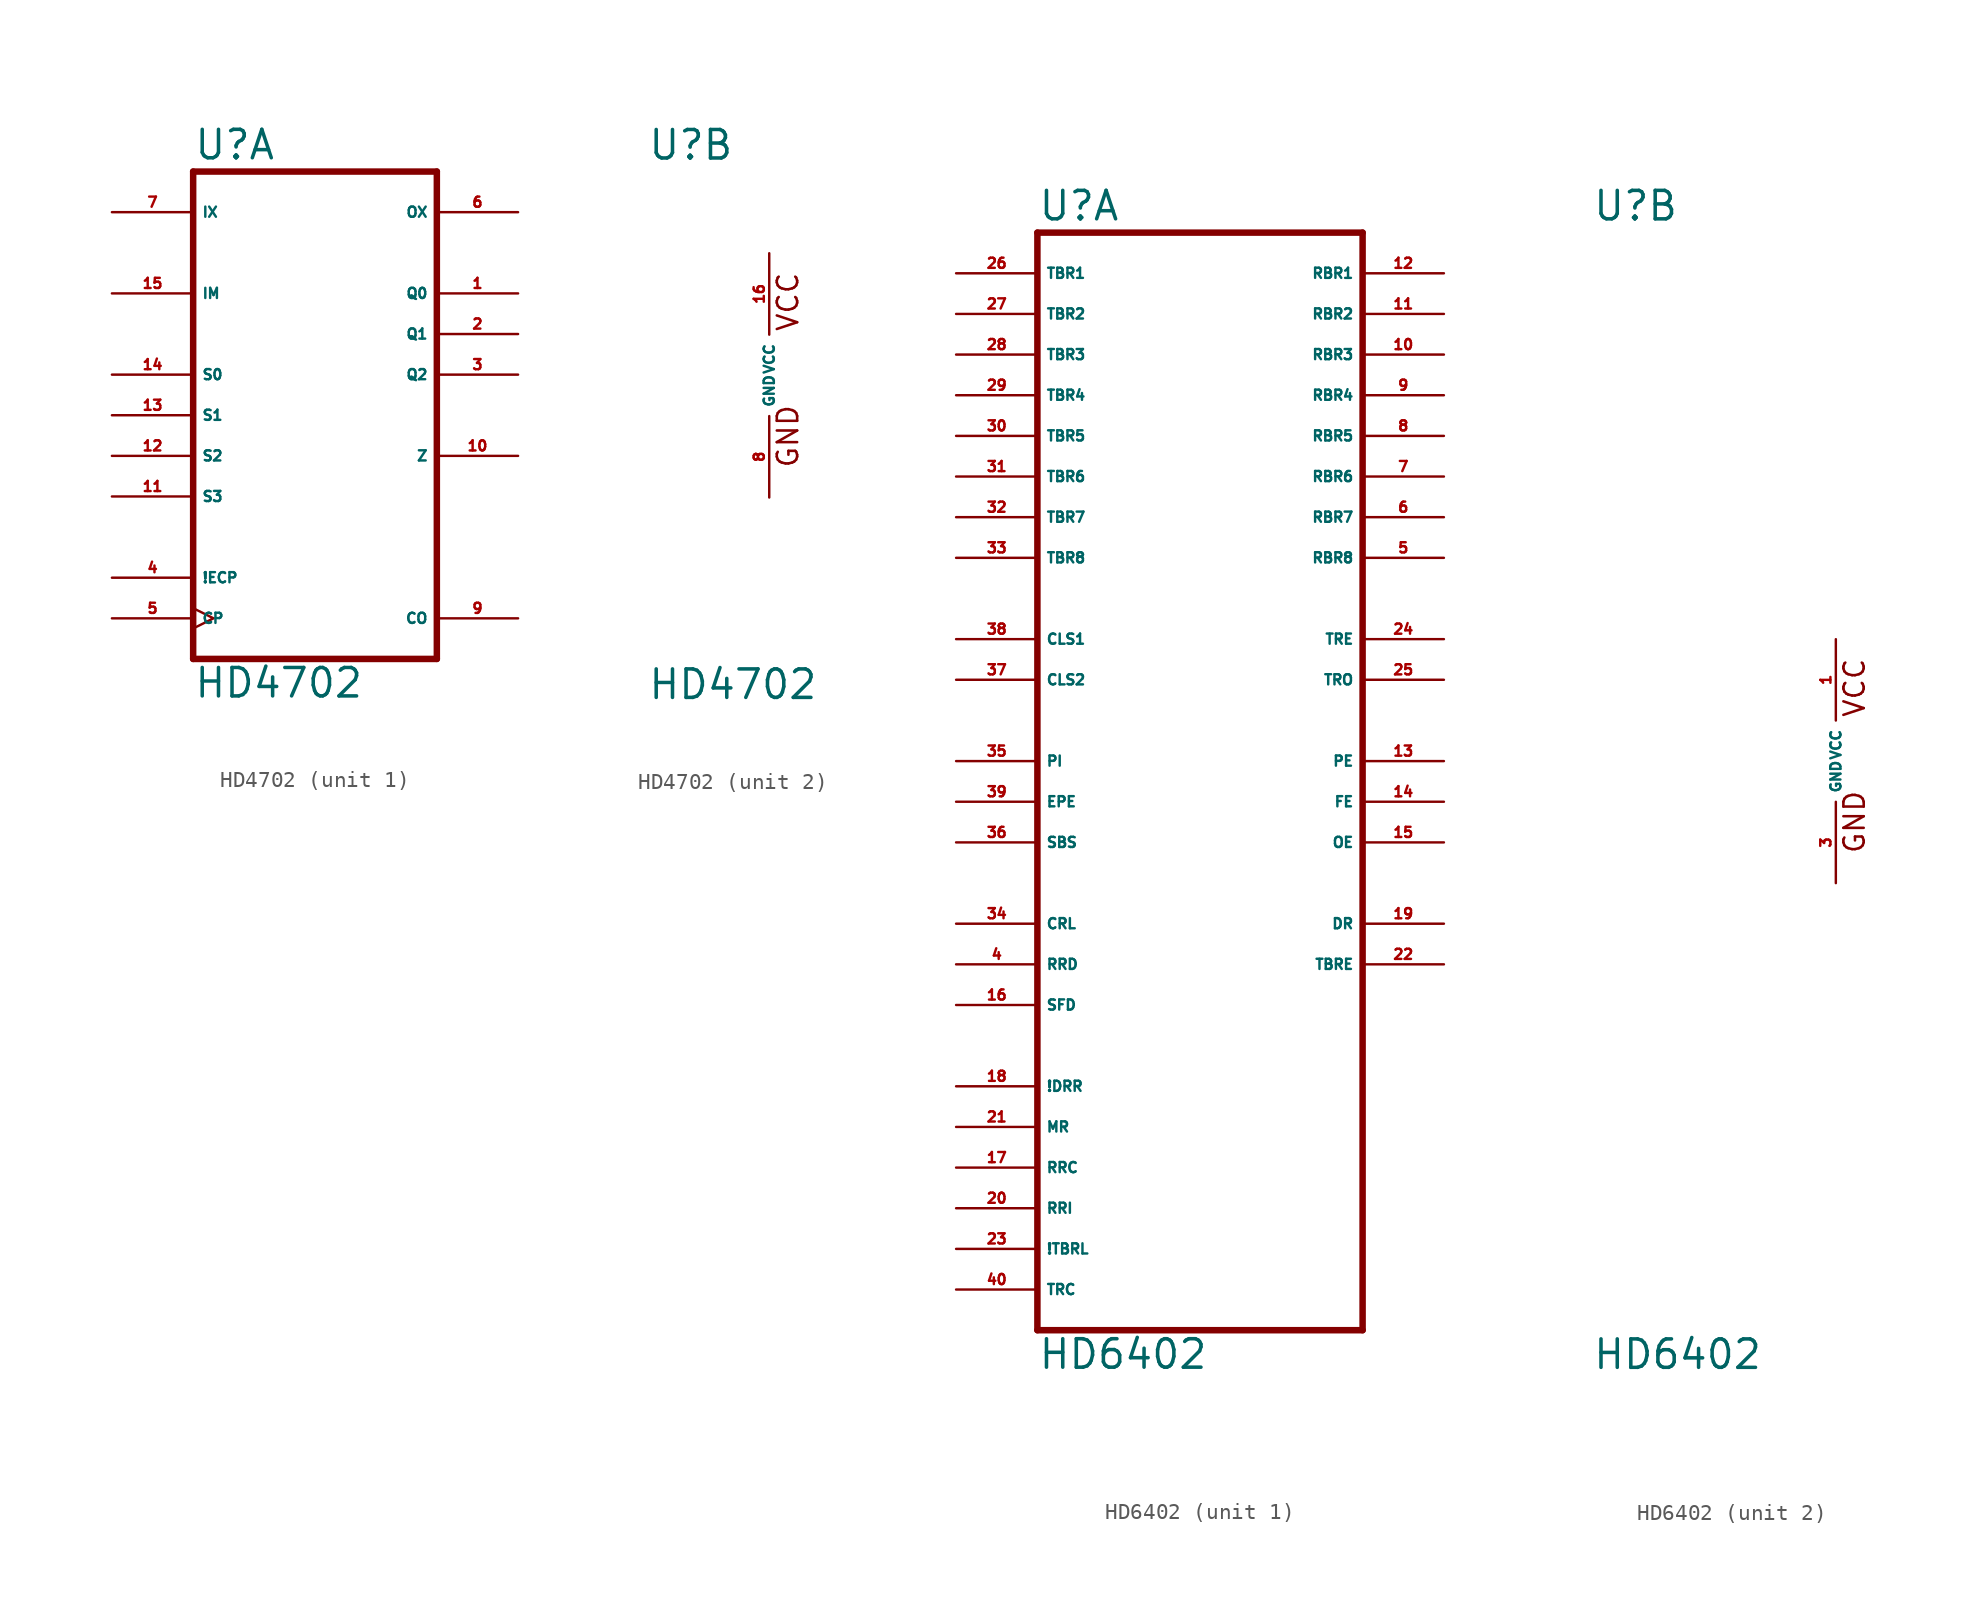
<source format=kicad_sym>
(kicad_symbol_lib
  (version 20220914)
  (generator Eagle2Kicad)
  (symbol "HD4702"
    (property "Reference" "U"
      (at -7.62 13.335 0)
      (effects (font (size 1.778 1.778) (thickness 0.22)) (justify left bottom)))
    (property "Value" "HD4702"
      (at -7.62 -20.32 0)
      (effects (font (size 1.778 1.778) (thickness 0.22)) (justify left bottom)))
    (symbol "HD4702_1_0"
      (polyline (pts (xy -7.62 -17.78) (xy 7.62 -17.78)) (stroke (width 0.406) (type default)) (fill (type none)))
      (polyline (pts (xy 7.62 -17.78) (xy 7.62 12.7)) (stroke (width 0.406) (type default)) (fill (type none)))
      (polyline (pts (xy 7.62 12.7) (xy -7.62 12.7)) (stroke (width 0.406) (type default)) (fill (type none)))
      (polyline (pts (xy -7.62 12.7) (xy -7.62 -17.78)) (stroke (width 0.406) (type default)) (fill (type none)))
      (pin output line (at 12.7 5.08 180) (length 5.08) (name "Q0" (effects (font (size 0.635 0.635) (thickness 0.08)) (justify left bottom))) (number "1" (effects (font (size 0.635 0.635) (thickness 0.08)) (justify left bottom))))
      (pin output line (at 12.7 2.54 180) (length 5.08) (name "Q1" (effects (font (size 0.635 0.635) (thickness 0.08)) (justify left bottom))) (number "2" (effects (font (size 0.635 0.635) (thickness 0.08)) (justify left bottom))))
      (pin output line (at 12.7 0 180) (length 5.08) (name "Q2" (effects (font (size 0.635 0.635) (thickness 0.08)) (justify left bottom))) (number "3" (effects (font (size 0.635 0.635) (thickness 0.08)) (justify left bottom))))
      (pin input line (at -12.7 -12.7 0) (length 5.08) (name "!ECP" (effects (font (size 0.635 0.635) (thickness 0.08)) (justify left bottom))) (number "4" (effects (font (size 0.635 0.635) (thickness 0.08)) (justify left bottom))))
      (pin input clock (at -12.7 -15.24 0) (length 5.08) (name "CP" (effects (font (size 0.635 0.635) (thickness 0.08)) (justify left bottom))) (number "5" (effects (font (size 0.635 0.635) (thickness 0.08)) (justify left bottom))))
      (pin output line (at 12.7 10.16 180) (length 5.08) (name "OX" (effects (font (size 0.635 0.635) (thickness 0.08)) (justify left bottom))) (number "6" (effects (font (size 0.635 0.635) (thickness 0.08)) (justify left bottom))))
      (pin input line (at -12.7 10.16 0) (length 5.08) (name "IX" (effects (font (size 0.635 0.635) (thickness 0.08)) (justify left bottom))) (number "7" (effects (font (size 0.635 0.635) (thickness 0.08)) (justify left bottom))))
      (pin output line (at 12.7 -15.24 180) (length 5.08) (name "CO" (effects (font (size 0.635 0.635) (thickness 0.08)) (justify left bottom))) (number "9" (effects (font (size 0.635 0.635) (thickness 0.08)) (justify left bottom))))
      (pin output line (at 12.7 -5.08 180) (length 5.08) (name "Z" (effects (font (size 0.635 0.635) (thickness 0.08)) (justify left bottom))) (number "10" (effects (font (size 0.635 0.635) (thickness 0.08)) (justify left bottom))))
      (pin input line (at -12.7 -7.62 0) (length 5.08) (name "S3" (effects (font (size 0.635 0.635) (thickness 0.08)) (justify left bottom))) (number "11" (effects (font (size 0.635 0.635) (thickness 0.08)) (justify left bottom))))
      (pin input line (at -12.7 -5.08 0) (length 5.08) (name "S2" (effects (font (size 0.635 0.635) (thickness 0.08)) (justify left bottom))) (number "12" (effects (font (size 0.635 0.635) (thickness 0.08)) (justify left bottom))))
      (pin input line (at -12.7 -2.54 0) (length 5.08) (name "S1" (effects (font (size 0.635 0.635) (thickness 0.08)) (justify left bottom))) (number "13" (effects (font (size 0.635 0.635) (thickness 0.08)) (justify left bottom))))
      (pin input line (at -12.7 0 0) (length 5.08) (name "S0" (effects (font (size 0.635 0.635) (thickness 0.08)) (justify left bottom))) (number "14" (effects (font (size 0.635 0.635) (thickness 0.08)) (justify left bottom))))
      (pin input line (at -12.7 5.08 0) (length 5.08) (name "IM" (effects (font (size 0.635 0.635) (thickness 0.08)) (justify left bottom))) (number "15" (effects (font (size 0.635 0.635) (thickness 0.08)) (justify left bottom)))))
    (symbol "HD4702_2_0"
      (text "GND" (at 1.905 -5.842 900) (effects (font (size 1.27 1.27) (thickness 0.16)) (justify left bottom)))
      (text "VCC" (at 1.905 2.667 900) (effects (font (size 1.27 1.27) (thickness 0.16)) (justify left bottom)))
      (pin unspecified line (at 0 -7.62 90) (length 5.08) (name "GND" (effects (font (size 0.635 0.635) (thickness 0.08)) (justify left bottom))) (number "8" (effects (font (size 0.635 0.635) (thickness 0.08)) (justify left bottom))))
      (pin unspecified line (at 0 7.62 270) (length 5.08) (name "VCC" (effects (font (size 0.635 0.635) (thickness 0.08)) (justify left bottom))) (number "16" (effects (font (size 0.635 0.635) (thickness 0.08)) (justify left bottom))))))
  (symbol "HD6402"
    (property "Reference" "U"
      (at -15.24 33.655 0)
      (effects (font (size 1.778 1.778) (thickness 0.22)) (justify left bottom)))
    (property "Value" "HD6402"
      (at -15.24 -38.1 0)
      (effects (font (size 1.778 1.778) (thickness 0.22)) (justify left bottom)))
    (symbol "HD6402_1_0"
      (polyline (pts (xy -15.24 -35.56) (xy 5.08 -35.56)) (stroke (width 0.406) (type default)) (fill (type none)))
      (polyline (pts (xy 5.08 -35.56) (xy 5.08 33.02)) (stroke (width 0.406) (type default)) (fill (type none)))
      (polyline (pts (xy 5.08 33.02) (xy -15.24 33.02)) (stroke (width 0.406) (type default)) (fill (type none)))
      (polyline (pts (xy -15.24 33.02) (xy -15.24 -35.56)) (stroke (width 0.406) (type default)) (fill (type none)))
      (pin input line (at -20.32 -12.7 0) (length 5.08) (name "RRD" (effects (font (size 0.635 0.635) (thickness 0.08)) (justify left bottom))) (number "4" (effects (font (size 0.635 0.635) (thickness 0.08)) (justify left bottom))))
      (pin tri_state line (at 10.16 12.7 180) (length 5.08) (name "RBR8" (effects (font (size 0.635 0.635) (thickness 0.08)) (justify left bottom))) (number "5" (effects (font (size 0.635 0.635) (thickness 0.08)) (justify left bottom))))
      (pin tri_state line (at 10.16 15.24 180) (length 5.08) (name "RBR7" (effects (font (size 0.635 0.635) (thickness 0.08)) (justify left bottom))) (number "6" (effects (font (size 0.635 0.635) (thickness 0.08)) (justify left bottom))))
      (pin tri_state line (at 10.16 17.78 180) (length 5.08) (name "RBR6" (effects (font (size 0.635 0.635) (thickness 0.08)) (justify left bottom))) (number "7" (effects (font (size 0.635 0.635) (thickness 0.08)) (justify left bottom))))
      (pin tri_state line (at 10.16 20.32 180) (length 5.08) (name "RBR5" (effects (font (size 0.635 0.635) (thickness 0.08)) (justify left bottom))) (number "8" (effects (font (size 0.635 0.635) (thickness 0.08)) (justify left bottom))))
      (pin tri_state line (at 10.16 22.86 180) (length 5.08) (name "RBR4" (effects (font (size 0.635 0.635) (thickness 0.08)) (justify left bottom))) (number "9" (effects (font (size 0.635 0.635) (thickness 0.08)) (justify left bottom))))
      (pin tri_state line (at 10.16 25.4 180) (length 5.08) (name "RBR3" (effects (font (size 0.635 0.635) (thickness 0.08)) (justify left bottom))) (number "10" (effects (font (size 0.635 0.635) (thickness 0.08)) (justify left bottom))))
      (pin tri_state line (at 10.16 27.94 180) (length 5.08) (name "RBR2" (effects (font (size 0.635 0.635) (thickness 0.08)) (justify left bottom))) (number "11" (effects (font (size 0.635 0.635) (thickness 0.08)) (justify left bottom))))
      (pin tri_state line (at 10.16 30.48 180) (length 5.08) (name "RBR1" (effects (font (size 0.635 0.635) (thickness 0.08)) (justify left bottom))) (number "12" (effects (font (size 0.635 0.635) (thickness 0.08)) (justify left bottom))))
      (pin tri_state line (at 10.16 0 180) (length 5.08) (name "PE" (effects (font (size 0.635 0.635) (thickness 0.08)) (justify left bottom))) (number "13" (effects (font (size 0.635 0.635) (thickness 0.08)) (justify left bottom))))
      (pin tri_state line (at 10.16 -2.54 180) (length 5.08) (name "FE" (effects (font (size 0.635 0.635) (thickness 0.08)) (justify left bottom))) (number "14" (effects (font (size 0.635 0.635) (thickness 0.08)) (justify left bottom))))
      (pin tri_state line (at 10.16 -5.08 180) (length 5.08) (name "OE" (effects (font (size 0.635 0.635) (thickness 0.08)) (justify left bottom))) (number "15" (effects (font (size 0.635 0.635) (thickness 0.08)) (justify left bottom))))
      (pin input line (at -20.32 -15.24 0) (length 5.08) (name "SFD" (effects (font (size 0.635 0.635) (thickness 0.08)) (justify left bottom))) (number "16" (effects (font (size 0.635 0.635) (thickness 0.08)) (justify left bottom))))
      (pin input line (at -20.32 -25.4 0) (length 5.08) (name "RRC" (effects (font (size 0.635 0.635) (thickness 0.08)) (justify left bottom))) (number "17" (effects (font (size 0.635 0.635) (thickness 0.08)) (justify left bottom))))
      (pin input line (at -20.32 -20.32 0) (length 5.08) (name "!DRR" (effects (font (size 0.635 0.635) (thickness 0.08)) (justify left bottom))) (number "18" (effects (font (size 0.635 0.635) (thickness 0.08)) (justify left bottom))))
      (pin tri_state line (at 10.16 -10.16 180) (length 5.08) (name "DR" (effects (font (size 0.635 0.635) (thickness 0.08)) (justify left bottom))) (number "19" (effects (font (size 0.635 0.635) (thickness 0.08)) (justify left bottom))))
      (pin input line (at -20.32 -27.94 0) (length 5.08) (name "RRI" (effects (font (size 0.635 0.635) (thickness 0.08)) (justify left bottom))) (number "20" (effects (font (size 0.635 0.635) (thickness 0.08)) (justify left bottom))))
      (pin input line (at -20.32 -22.86 0) (length 5.08) (name "MR" (effects (font (size 0.635 0.635) (thickness 0.08)) (justify left bottom))) (number "21" (effects (font (size 0.635 0.635) (thickness 0.08)) (justify left bottom))))
      (pin tri_state line (at 10.16 -12.7 180) (length 5.08) (name "TBRE" (effects (font (size 0.635 0.635) (thickness 0.08)) (justify left bottom))) (number "22" (effects (font (size 0.635 0.635) (thickness 0.08)) (justify left bottom))))
      (pin input line (at -20.32 -30.48 0) (length 5.08) (name "!TBRL" (effects (font (size 0.635 0.635) (thickness 0.08)) (justify left bottom))) (number "23" (effects (font (size 0.635 0.635) (thickness 0.08)) (justify left bottom))))
      (pin output line (at 10.16 7.62 180) (length 5.08) (name "TRE" (effects (font (size 0.635 0.635) (thickness 0.08)) (justify left bottom))) (number "24" (effects (font (size 0.635 0.635) (thickness 0.08)) (justify left bottom))))
      (pin output line (at 10.16 5.08 180) (length 5.08) (name "TRO" (effects (font (size 0.635 0.635) (thickness 0.08)) (justify left bottom))) (number "25" (effects (font (size 0.635 0.635) (thickness 0.08)) (justify left bottom))))
      (pin input line (at -20.32 30.48 0) (length 5.08) (name "TBR1" (effects (font (size 0.635 0.635) (thickness 0.08)) (justify left bottom))) (number "26" (effects (font (size 0.635 0.635) (thickness 0.08)) (justify left bottom))))
      (pin input line (at -20.32 27.94 0) (length 5.08) (name "TBR2" (effects (font (size 0.635 0.635) (thickness 0.08)) (justify left bottom))) (number "27" (effects (font (size 0.635 0.635) (thickness 0.08)) (justify left bottom))))
      (pin input line (at -20.32 25.4 0) (length 5.08) (name "TBR3" (effects (font (size 0.635 0.635) (thickness 0.08)) (justify left bottom))) (number "28" (effects (font (size 0.635 0.635) (thickness 0.08)) (justify left bottom))))
      (pin input line (at -20.32 22.86 0) (length 5.08) (name "TBR4" (effects (font (size 0.635 0.635) (thickness 0.08)) (justify left bottom))) (number "29" (effects (font (size 0.635 0.635) (thickness 0.08)) (justify left bottom))))
      (pin input line (at -20.32 20.32 0) (length 5.08) (name "TBR5" (effects (font (size 0.635 0.635) (thickness 0.08)) (justify left bottom))) (number "30" (effects (font (size 0.635 0.635) (thickness 0.08)) (justify left bottom))))
      (pin input line (at -20.32 17.78 0) (length 5.08) (name "TBR6" (effects (font (size 0.635 0.635) (thickness 0.08)) (justify left bottom))) (number "31" (effects (font (size 0.635 0.635) (thickness 0.08)) (justify left bottom))))
      (pin input line (at -20.32 15.24 0) (length 5.08) (name "TBR7" (effects (font (size 0.635 0.635) (thickness 0.08)) (justify left bottom))) (number "32" (effects (font (size 0.635 0.635) (thickness 0.08)) (justify left bottom))))
      (pin input line (at -20.32 12.7 0) (length 5.08) (name "TBR8" (effects (font (size 0.635 0.635) (thickness 0.08)) (justify left bottom))) (number "33" (effects (font (size 0.635 0.635) (thickness 0.08)) (justify left bottom))))
      (pin input line (at -20.32 -10.16 0) (length 5.08) (name "CRL" (effects (font (size 0.635 0.635) (thickness 0.08)) (justify left bottom))) (number "34" (effects (font (size 0.635 0.635) (thickness 0.08)) (justify left bottom))))
      (pin input line (at -20.32 0 0) (length 5.08) (name "PI" (effects (font (size 0.635 0.635) (thickness 0.08)) (justify left bottom))) (number "35" (effects (font (size 0.635 0.635) (thickness 0.08)) (justify left bottom))))
      (pin input line (at -20.32 -5.08 0) (length 5.08) (name "SBS" (effects (font (size 0.635 0.635) (thickness 0.08)) (justify left bottom))) (number "36" (effects (font (size 0.635 0.635) (thickness 0.08)) (justify left bottom))))
      (pin input line (at -20.32 5.08 0) (length 5.08) (name "CLS2" (effects (font (size 0.635 0.635) (thickness 0.08)) (justify left bottom))) (number "37" (effects (font (size 0.635 0.635) (thickness 0.08)) (justify left bottom))))
      (pin input line (at -20.32 -2.54 0) (length 5.08) (name "EPE" (effects (font (size 0.635 0.635) (thickness 0.08)) (justify left bottom))) (number "39" (effects (font (size 0.635 0.635) (thickness 0.08)) (justify left bottom))))
      (pin input line (at -20.32 -33.02 0) (length 5.08) (name "TRC" (effects (font (size 0.635 0.635) (thickness 0.08)) (justify left bottom))) (number "40" (effects (font (size 0.635 0.635) (thickness 0.08)) (justify left bottom))))
      (pin input line (at -20.32 7.62 0) (length 5.08) (name "CLS1" (effects (font (size 0.635 0.635) (thickness 0.08)) (justify left bottom))) (number "38" (effects (font (size 0.635 0.635) (thickness 0.08)) (justify left bottom)))))
    (symbol "HD6402_2_0"
      (text "GND" (at 1.905 -5.842 900) (effects (font (size 1.27 1.27) (thickness 0.16)) (justify left bottom)))
      (text "VCC" (at 1.905 2.667 900) (effects (font (size 1.27 1.27) (thickness 0.16)) (justify left bottom)))
      (pin unspecified line (at 0 -7.62 90) (length 5.08) (name "GND" (effects (font (size 0.635 0.635) (thickness 0.08)) (justify left bottom))) (number "3" (effects (font (size 0.635 0.635) (thickness 0.08)) (justify left bottom))))
      (pin unspecified line (at 0 7.62 270) (length 5.08) (name "VCC" (effects (font (size 0.635 0.635) (thickness 0.08)) (justify left bottom))) (number "1" (effects (font (size 0.635 0.635) (thickness 0.08)) (justify left bottom)))))))
</source>
